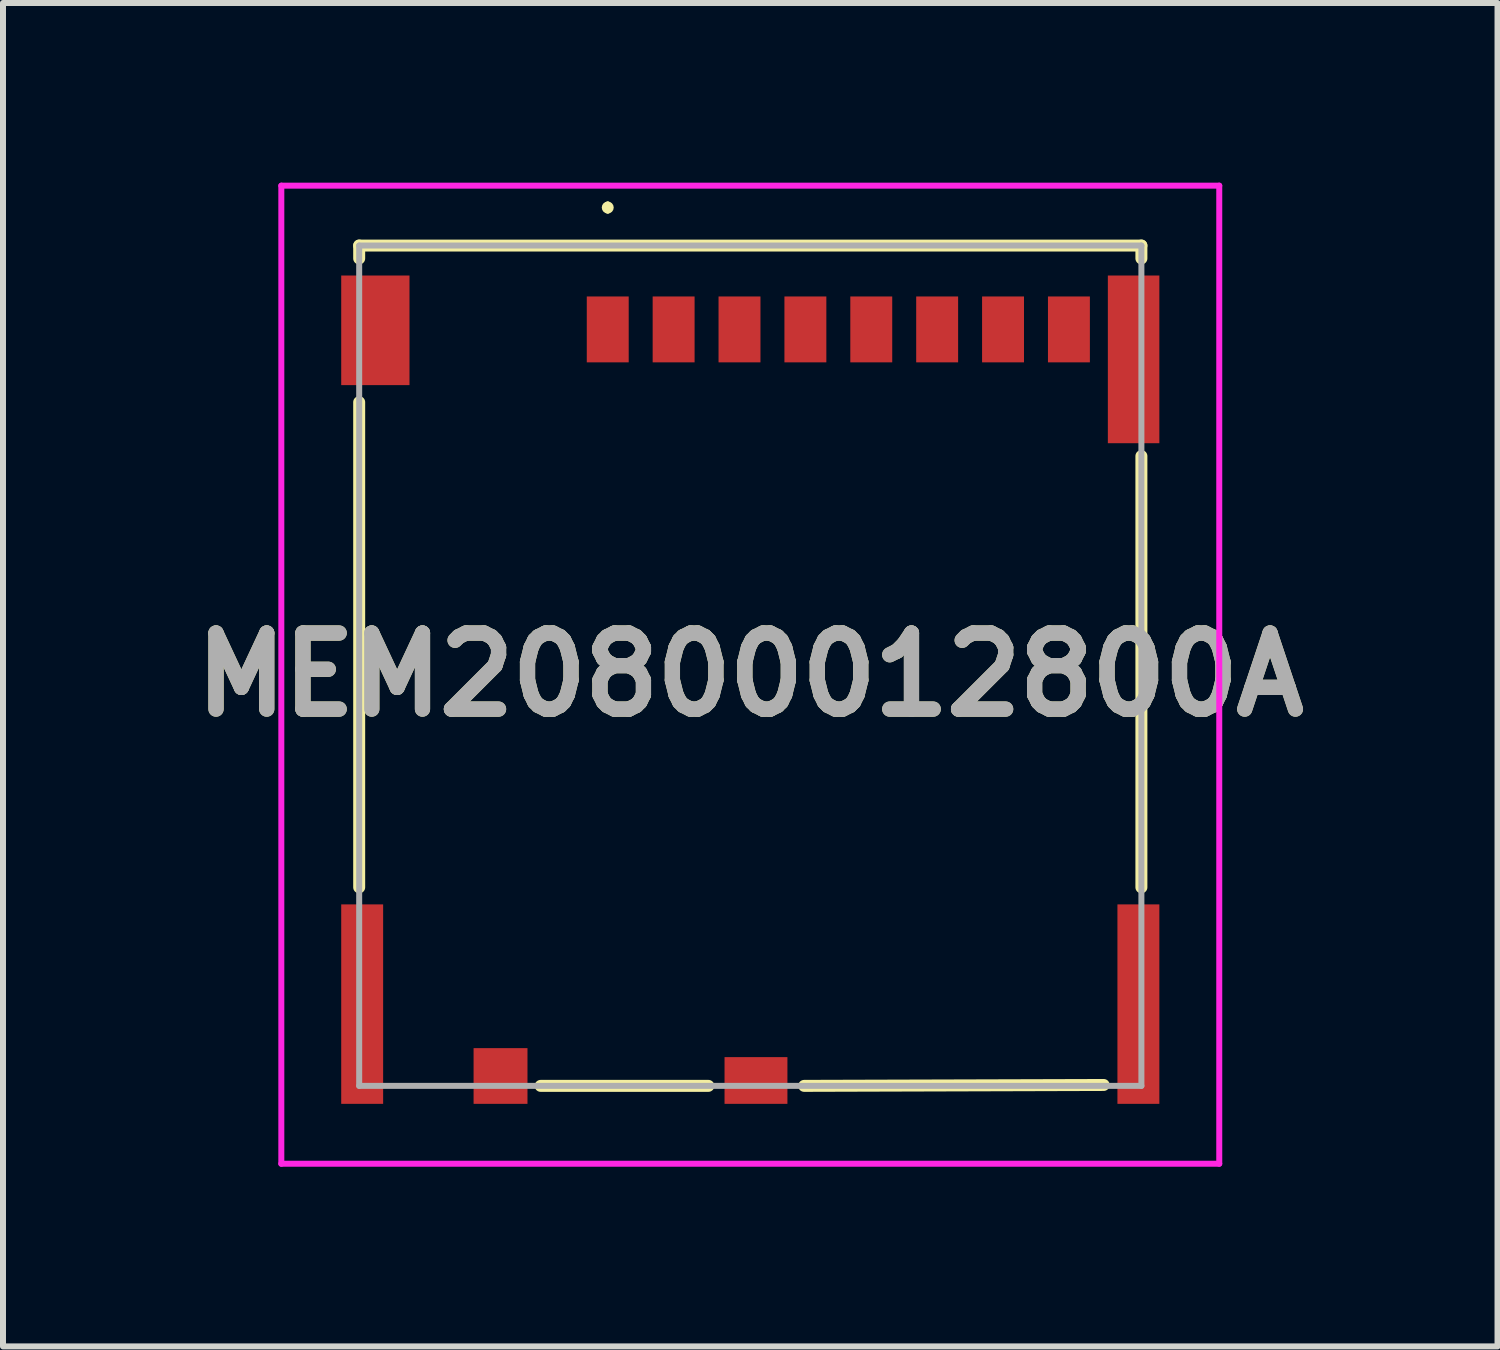
<source format=kicad_pcb>
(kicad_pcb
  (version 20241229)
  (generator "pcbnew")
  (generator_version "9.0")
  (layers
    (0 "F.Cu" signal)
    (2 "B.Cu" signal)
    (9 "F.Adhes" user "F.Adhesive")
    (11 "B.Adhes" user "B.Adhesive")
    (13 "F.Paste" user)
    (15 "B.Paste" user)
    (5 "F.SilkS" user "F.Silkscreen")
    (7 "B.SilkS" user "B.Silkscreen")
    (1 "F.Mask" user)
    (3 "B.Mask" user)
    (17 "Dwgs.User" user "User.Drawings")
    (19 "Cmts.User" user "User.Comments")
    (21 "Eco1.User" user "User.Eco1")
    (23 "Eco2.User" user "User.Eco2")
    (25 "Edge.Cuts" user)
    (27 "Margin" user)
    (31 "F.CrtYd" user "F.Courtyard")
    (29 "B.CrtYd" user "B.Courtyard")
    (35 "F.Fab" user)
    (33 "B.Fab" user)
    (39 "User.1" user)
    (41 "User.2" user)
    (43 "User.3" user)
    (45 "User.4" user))
  (footprint "MEM20800012800A"
    (layer "F.Cu")
    (at 9.477 8.065)
    (property "Reference" "MEM20800012800A" (at 0 0.15 0) (layer "F.SilkS") (effects (font (size 1.27 1.27) (thickness 0.254))))
    (attr smd)
    (fp_line (start -6.53 -7.015) (end 6.53 -7.015) (stroke (width 0.2) (type solid)) (layer "F.SilkS"))
    (fp_line (start -6.53 -6.8) (end -6.53 -7.015) (stroke (width 0.2) (type solid)) (layer "F.SilkS"))
    (fp_line (start -6.53 3.7) (end -6.53 -4.4) (stroke (width 0.2) (type solid)) (layer "F.SilkS"))
    (fp_line (start -2.38 -7.7) (end -2.38 -7.7) (stroke (width 0.1) (type solid)) (layer "F.SilkS"))
    (fp_line (start -2.38 -7.6) (end -2.38 -7.6) (stroke (width 0.1) (type solid)) (layer "F.SilkS"))
    (fp_line (start -0.7 7.015) (end -3.5 7.015) (stroke (width 0.2) (type solid)) (layer "F.SilkS"))
    (fp_line (start 5.9 7) (end 0.9 7.015) (stroke (width 0.2) (type solid)) (layer "F.SilkS"))
    (fp_line (start 6.53 -7.015) (end 6.53 -6.8) (stroke (width 0.2) (type solid)) (layer "F.SilkS"))
    (fp_line (start 6.53 -3.5) (end 6.53 3.7) (stroke (width 0.2) (type solid)) (layer "F.SilkS"))
    (fp_arc (start -2.38 -7.7) (mid -2.33 -7.65) (end -2.38 -7.6) (stroke (width 0.1) (type solid)) (layer "F.SilkS"))
    (fp_arc (start -2.38 -7.6) (mid -2.43 -7.65) (end -2.38 -7.7) (stroke (width 0.1) (type solid)) (layer "F.SilkS"))
    (fp_line (start -7.83 -8.015) (end 7.83 -8.015) (stroke (width 0.1) (type solid)) (layer "F.CrtYd"))
    (fp_line (start -7.83 8.315) (end -7.83 -8.015) (stroke (width 0.1) (type solid)) (layer "F.CrtYd"))
    (fp_line (start 7.83 -8.015) (end 7.83 8.315) (stroke (width 0.1) (type solid)) (layer "F.CrtYd"))
    (fp_line (start 7.83 8.315) (end -7.83 8.315) (stroke (width 0.1) (type solid)) (layer "F.CrtYd"))
    (fp_line (start -6.53 -7.015) (end -6.53 7.015) (stroke (width 0.1) (type solid)) (layer "F.Fab"))
    (fp_line (start -6.53 7.015) (end 6.53 7.015) (stroke (width 0.1) (type solid)) (layer "F.Fab"))
    (fp_line (start 6.53 -7.015) (end -6.53 -7.015) (stroke (width 0.1) (type solid)) (layer "F.Fab"))
    (fp_line (start 6.53 7.015) (end 6.53 -7.015) (stroke (width 0.1) (type solid)) (layer "F.Fab"))
    (fp_text user "${REFERENCE}" (at 0 0.15 0) (layer "F.Fab") (effects (font (size 1.27 1.27) (thickness 0.254))))
    (pad "DSW1" smd rect (at -4.17 6.85) (size 0.9 0.93) (layers "F.Cu" "F.Mask" "F.Paste"))
    (pad "DSW2" smd rect (at 0.095 6.925 90) (size 0.78 1.05) (layers "F.Cu" "F.Mask" "F.Paste"))
    (pad "MP1" smd rect (at -6.26 -5.6) (size 1.14 1.83) (layers "F.Cu" "F.Mask" "F.Paste"))
    (pad "MP2" smd rect (at 6.4 -5.115) (size 0.86 2.8) (layers "F.Cu" "F.Mask" "F.Paste"))
    (pad "MP3" smd rect (at 6.48 5.65) (size 0.7 3.33) (layers "F.Cu" "F.Mask" "F.Paste"))
    (pad "MP4" smd rect (at -6.48 5.65) (size 0.7 3.33) (layers "F.Cu" "F.Mask" "F.Paste"))
    (pad "P1" smd rect (at -2.38 -5.615) (size 0.7 1.1) (layers "F.Cu" "F.Mask" "F.Paste"))
    (pad "P2" smd rect (at -1.28 -5.615) (size 0.7 1.1) (layers "F.Cu" "F.Mask" "F.Paste"))
    (pad "P3" smd rect (at -0.18 -5.615) (size 0.7 1.1) (layers "F.Cu" "F.Mask" "F.Paste"))
    (pad "P4" smd rect (at 0.92 -5.615) (size 0.7 1.1) (layers "F.Cu" "F.Mask" "F.Paste"))
    (pad "P5" smd rect (at 2.02 -5.615) (size 0.7 1.1) (layers "F.Cu" "F.Mask" "F.Paste"))
    (pad "P6" smd rect (at 3.12 -5.615) (size 0.7 1.1) (layers "F.Cu" "F.Mask" "F.Paste"))
    (pad "P7" smd rect (at 4.22 -5.615) (size 0.7 1.1) (layers "F.Cu" "F.Mask" "F.Paste"))
    (pad "P8" smd rect (at 5.32 -5.615) (size 0.7 1.1) (layers "F.Cu" "F.Mask" "F.Paste")))
  (gr_rect
    (start -3 -3)
    (end 21.953 19.43)
    (stroke (width 0.1) (type default))
    (fill no)
    (layer "Edge.Cuts")))
</source>
